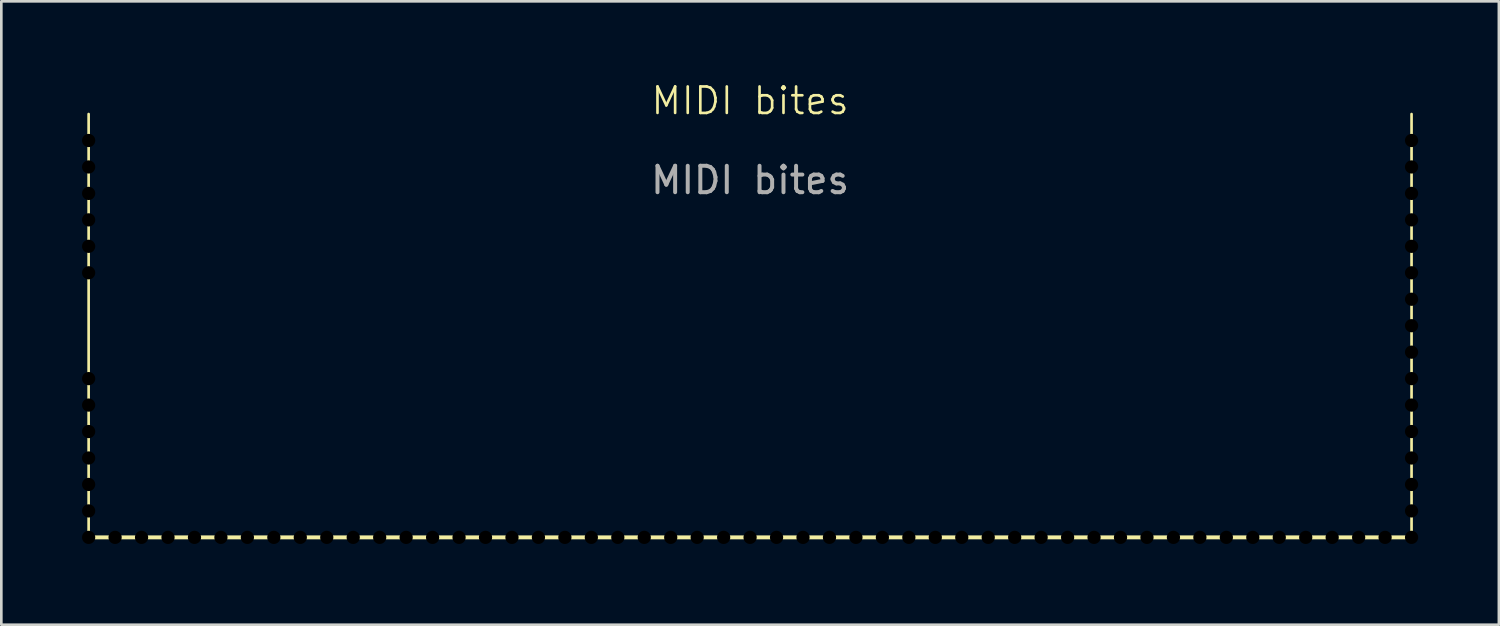
<source format=kicad_pcb>
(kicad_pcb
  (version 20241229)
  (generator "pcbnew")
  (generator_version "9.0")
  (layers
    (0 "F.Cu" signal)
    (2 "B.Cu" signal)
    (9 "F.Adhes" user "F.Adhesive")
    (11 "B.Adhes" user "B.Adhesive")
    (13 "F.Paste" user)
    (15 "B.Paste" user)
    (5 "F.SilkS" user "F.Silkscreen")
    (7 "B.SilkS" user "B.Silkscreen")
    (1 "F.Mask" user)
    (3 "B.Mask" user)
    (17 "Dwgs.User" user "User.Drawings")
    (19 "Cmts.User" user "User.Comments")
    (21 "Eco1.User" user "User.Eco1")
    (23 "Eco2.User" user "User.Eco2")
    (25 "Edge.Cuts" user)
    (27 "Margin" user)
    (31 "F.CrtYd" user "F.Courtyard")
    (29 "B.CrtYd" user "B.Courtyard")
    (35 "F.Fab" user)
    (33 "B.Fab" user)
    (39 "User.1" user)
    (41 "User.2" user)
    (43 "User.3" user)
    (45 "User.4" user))
  (footprint "MIDI bites"
    (layer "F.Cu")
    (at 25.3 1.26)
    (property "Reference" "MIDI bites" (at 0 -0.5 0) (unlocked yes) (layer "F.SilkS") (effects (font (size 1 1) (thickness 0.1))))
    (fp_line (start -25 16) (end -25 0) (stroke (width 0.1) (type default)) (layer "F.SilkS"))
    (fp_line (start -25 16) (end 25 16) (stroke (width 0.15) (type default)) (layer "F.SilkS"))
    (fp_line (start 25 16) (end 25 0) (stroke (width 0.1) (type default)) (layer "F.SilkS"))
    (fp_text user "${REFERENCE}" (at 0 2.5 0) (unlocked yes) (layer "F.Fab") (effects (font (size 1 1) (thickness 0.15))))
    (pad "" np_thru_hole circle (at -25 1) (size 0.6 0.6) (drill 0.5) (layers "*.Mask"))
    (pad "" np_thru_hole circle (at -25 2) (size 0.6 0.6) (drill 0.5) (layers "*.Mask"))
    (pad "" np_thru_hole circle (at -25 3) (size 0.6 0.6) (drill 0.5) (layers "*.Mask"))
    (pad "" np_thru_hole circle (at -25 4) (size 0.6 0.6) (drill 0.5) (layers "*.Mask"))
    (pad "" np_thru_hole circle (at -25 5) (size 0.6 0.6) (drill 0.5) (layers "*.Mask"))
    (pad "" np_thru_hole circle (at -25 6) (size 0.6 0.6) (drill 0.5) (layers "*.Mask"))
    (pad "" np_thru_hole circle (at -25 10) (size 0.6 0.6) (drill 0.5) (layers "*.Mask"))
    (pad "" np_thru_hole circle (at -25 11) (size 0.6 0.6) (drill 0.5) (layers "*.Mask"))
    (pad "" np_thru_hole circle (at -25 12) (size 0.6 0.6) (drill 0.5) (layers "*.Mask"))
    (pad "" np_thru_hole circle (at -25 13) (size 0.6 0.6) (drill 0.5) (layers "*.Mask"))
    (pad "" np_thru_hole circle (at -25 14) (size 0.6 0.6) (drill 0.5) (layers "*.Mask"))
    (pad "" np_thru_hole circle (at -25 15) (size 0.6 0.6) (drill 0.5) (layers "*.Mask"))
    (pad "" np_thru_hole circle (at -25 16) (size 0.6 0.6) (drill 0.5) (layers "*.Mask"))
    (pad "" np_thru_hole circle (at -24 16) (size 0.6 0.6) (drill 0.5) (layers "*.Mask"))
    (pad "" np_thru_hole circle (at -23 16) (size 0.6 0.6) (drill 0.5) (layers "*.Mask"))
    (pad "" np_thru_hole circle (at -22 16) (size 0.6 0.6) (drill 0.5) (layers "*.Mask"))
    (pad "" np_thru_hole circle (at -21 16) (size 0.6 0.6) (drill 0.5) (layers "*.Mask"))
    (pad "" np_thru_hole circle (at -20 16) (size 0.6 0.6) (drill 0.5) (layers "*.Mask"))
    (pad "" np_thru_hole circle (at -19 16) (size 0.6 0.6) (drill 0.5) (layers "*.Mask"))
    (pad "" np_thru_hole circle (at -18 16) (size 0.6 0.6) (drill 0.5) (layers "*.Mask"))
    (pad "" np_thru_hole circle (at -17 16) (size 0.6 0.6) (drill 0.5) (layers "*.Mask"))
    (pad "" np_thru_hole circle (at -16 16) (size 0.6 0.6) (drill 0.5) (layers "*.Mask"))
    (pad "" np_thru_hole circle (at -15 16) (size 0.6 0.6) (drill 0.5) (layers "*.Mask"))
    (pad "" np_thru_hole circle (at -14 16) (size 0.6 0.6) (drill 0.5) (layers "*.Mask"))
    (pad "" np_thru_hole circle (at -13 16) (size 0.6 0.6) (drill 0.5) (layers "*.Mask"))
    (pad "" np_thru_hole circle (at -12 16) (size 0.6 0.6) (drill 0.5) (layers "*.Mask"))
    (pad "" np_thru_hole circle (at -11 16) (size 0.6 0.6) (drill 0.5) (layers "*.Mask"))
    (pad "" np_thru_hole circle (at -10 16) (size 0.6 0.6) (drill 0.5) (layers "*.Mask"))
    (pad "" np_thru_hole circle (at -9 16) (size 0.6 0.6) (drill 0.5) (layers "*.Mask"))
    (pad "" np_thru_hole circle (at -8 16) (size 0.6 0.6) (drill 0.5) (layers "*.Mask"))
    (pad "" np_thru_hole circle (at -7 16) (size 0.6 0.6) (drill 0.5) (layers "*.Mask"))
    (pad "" np_thru_hole circle (at -6 16) (size 0.6 0.6) (drill 0.5) (layers "*.Mask"))
    (pad "" np_thru_hole circle (at -5 16) (size 0.6 0.6) (drill 0.5) (layers "*.Mask"))
    (pad "" np_thru_hole circle (at -4 16) (size 0.6 0.6) (drill 0.5) (layers "*.Mask"))
    (pad "" np_thru_hole circle (at -3 16) (size 0.6 0.6) (drill 0.5) (layers "*.Mask"))
    (pad "" np_thru_hole circle (at -2 16) (size 0.6 0.6) (drill 0.5) (layers "*.Mask"))
    (pad "" np_thru_hole circle (at -1 16) (size 0.6 0.6) (drill 0.5) (layers "*.Mask"))
    (pad "" np_thru_hole circle (at 0 16) (size 0.6 0.6) (drill 0.5) (layers "*.Mask"))
    (pad "" np_thru_hole circle (at 1 16) (size 0.6 0.6) (drill 0.5) (layers "*.Mask"))
    (pad "" np_thru_hole circle (at 2 16) (size 0.6 0.6) (drill 0.5) (layers "*.Mask"))
    (pad "" np_thru_hole circle (at 3 16) (size 0.6 0.6) (drill 0.5) (layers "*.Mask"))
    (pad "" np_thru_hole circle (at 4 16) (size 0.6 0.6) (drill 0.5) (layers "*.Mask"))
    (pad "" np_thru_hole circle (at 5 16) (size 0.6 0.6) (drill 0.5) (layers "*.Mask"))
    (pad "" np_thru_hole circle (at 6 16) (size 0.6 0.6) (drill 0.5) (layers "*.Mask"))
    (pad "" np_thru_hole circle (at 7 16) (size 0.6 0.6) (drill 0.5) (layers "*.Mask"))
    (pad "" np_thru_hole circle (at 8 16) (size 0.6 0.6) (drill 0.5) (layers "*.Mask"))
    (pad "" np_thru_hole circle (at 9 16) (size 0.6 0.6) (drill 0.5) (layers "*.Mask"))
    (pad "" np_thru_hole circle (at 10 16) (size 0.6 0.6) (drill 0.5) (layers "*.Mask"))
    (pad "" np_thru_hole circle (at 11 16) (size 0.6 0.6) (drill 0.5) (layers "*.Mask"))
    (pad "" np_thru_hole circle (at 12 16) (size 0.6 0.6) (drill 0.5) (layers "*.Mask"))
    (pad "" np_thru_hole circle (at 13 16) (size 0.6 0.6) (drill 0.5) (layers "*.Mask"))
    (pad "" np_thru_hole circle (at 14 16) (size 0.6 0.6) (drill 0.5) (layers "*.Mask"))
    (pad "" np_thru_hole circle (at 15 16) (size 0.6 0.6) (drill 0.5) (layers "*.Mask"))
    (pad "" np_thru_hole circle (at 16 16) (size 0.6 0.6) (drill 0.5) (layers "*.Mask"))
    (pad "" np_thru_hole circle (at 17 16) (size 0.6 0.6) (drill 0.5) (layers "*.Mask"))
    (pad "" np_thru_hole circle (at 18 16) (size 0.6 0.6) (drill 0.5) (layers "*.Mask"))
    (pad "" np_thru_hole circle (at 19 16) (size 0.6 0.6) (drill 0.5) (layers "*.Mask"))
    (pad "" np_thru_hole circle (at 20 16) (size 0.6 0.6) (drill 0.5) (layers "*.Mask"))
    (pad "" np_thru_hole circle (at 21 16) (size 0.6 0.6) (drill 0.5) (layers "*.Mask"))
    (pad "" np_thru_hole circle (at 22 16) (size 0.6 0.6) (drill 0.5) (layers "*.Mask"))
    (pad "" np_thru_hole circle (at 23 16) (size 0.6 0.6) (drill 0.5) (layers "*.Mask"))
    (pad "" np_thru_hole circle (at 24 16) (size 0.6 0.6) (drill 0.5) (layers "*.Mask"))
    (pad "" np_thru_hole circle (at 25 1) (size 0.6 0.6) (drill 0.5) (layers "*.Mask"))
    (pad "" np_thru_hole circle (at 25 2) (size 0.6 0.6) (drill 0.5) (layers "*.Mask"))
    (pad "" np_thru_hole circle (at 25 3) (size 0.6 0.6) (drill 0.5) (layers "*.Mask"))
    (pad "" np_thru_hole circle (at 25 4) (size 0.6 0.6) (drill 0.5) (layers "*.Mask"))
    (pad "" np_thru_hole circle (at 25 5) (size 0.6 0.6) (drill 0.5) (layers "*.Mask"))
    (pad "" np_thru_hole circle (at 25 6) (size 0.6 0.6) (drill 0.5) (layers "*.Mask"))
    (pad "" np_thru_hole circle (at 25 7) (size 0.6 0.6) (drill 0.5) (layers "*.Mask"))
    (pad "" np_thru_hole circle (at 25 8) (size 0.6 0.6) (drill 0.5) (layers "*.Mask"))
    (pad "" np_thru_hole circle (at 25 9) (size 0.6 0.6) (drill 0.5) (layers "*.Mask"))
    (pad "" np_thru_hole circle (at 25 10) (size 0.6 0.6) (drill 0.5) (layers "*.Mask"))
    (pad "" np_thru_hole circle (at 25 11) (size 0.6 0.6) (drill 0.5) (layers "*.Mask"))
    (pad "" np_thru_hole circle (at 25 12) (size 0.6 0.6) (drill 0.5) (layers "*.Mask"))
    (pad "" np_thru_hole circle (at 25 13) (size 0.6 0.6) (drill 0.5) (layers "*.Mask"))
    (pad "" np_thru_hole circle (at 25 14) (size 0.6 0.6) (drill 0.5) (layers "*.Mask"))
    (pad "" np_thru_hole circle (at 25 15) (size 0.6 0.6) (drill 0.5) (layers "*.Mask"))
    (pad "" np_thru_hole circle (at 25 16) (size 0.6 0.6) (drill 0.5) (layers "*.Mask")))
  (gr_rect
    (start -3 -3)
    (end 53.6 20.561)
    (stroke (width 0.1) (type default))
    (fill no)
    (layer "Edge.Cuts")))
</source>
